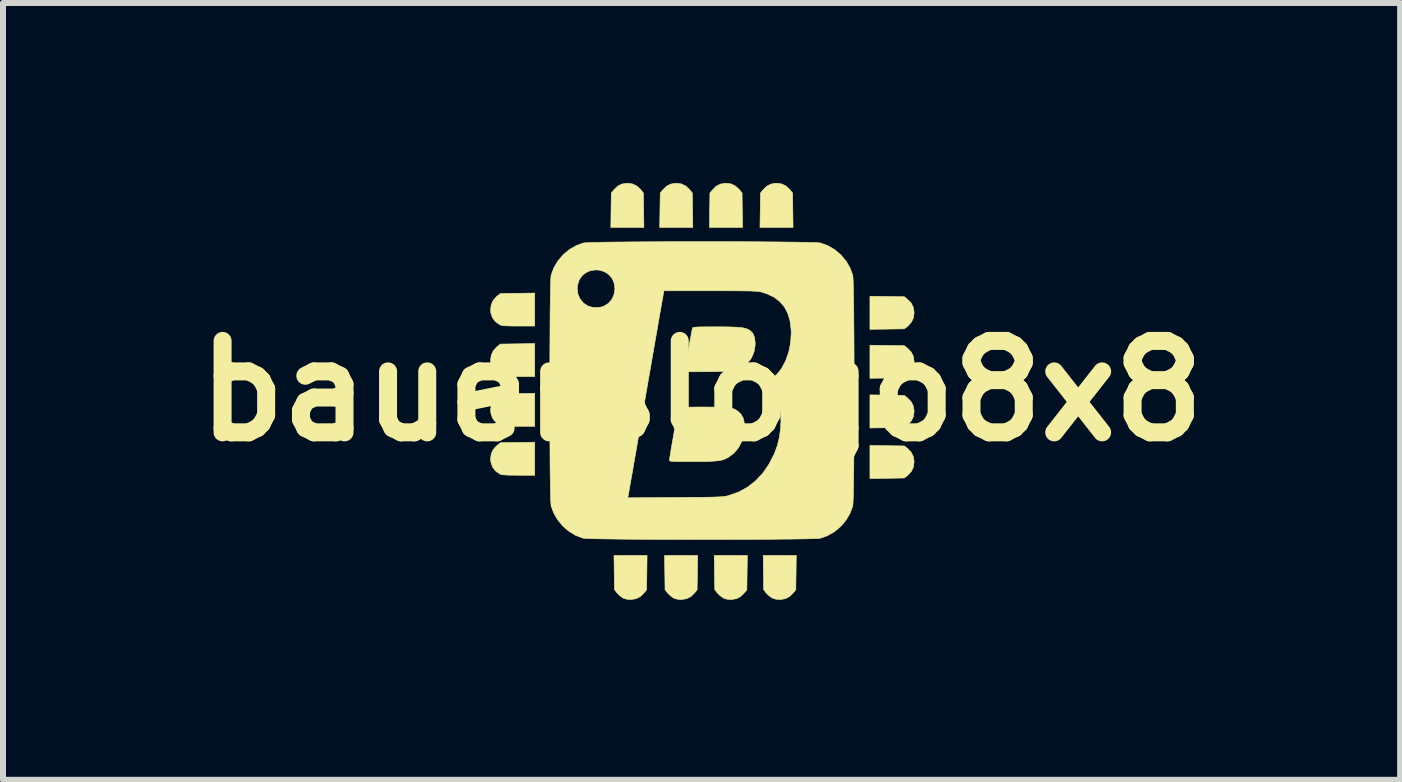
<source format=kicad_pcb>
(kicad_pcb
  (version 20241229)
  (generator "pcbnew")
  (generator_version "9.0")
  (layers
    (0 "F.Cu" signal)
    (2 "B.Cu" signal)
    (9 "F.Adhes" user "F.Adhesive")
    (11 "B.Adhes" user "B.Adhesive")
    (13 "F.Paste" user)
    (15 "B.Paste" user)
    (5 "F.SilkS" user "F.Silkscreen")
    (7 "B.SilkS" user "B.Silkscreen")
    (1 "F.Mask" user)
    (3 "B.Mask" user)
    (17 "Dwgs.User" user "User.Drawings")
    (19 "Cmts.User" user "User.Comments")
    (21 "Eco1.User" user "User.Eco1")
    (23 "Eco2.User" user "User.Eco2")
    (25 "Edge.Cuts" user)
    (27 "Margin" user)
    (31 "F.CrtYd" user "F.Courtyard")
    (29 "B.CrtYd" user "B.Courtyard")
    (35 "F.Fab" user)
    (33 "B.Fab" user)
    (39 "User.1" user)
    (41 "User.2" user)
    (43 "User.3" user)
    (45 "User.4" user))
  (footprint "bauerslogo8x8"
    (layer "F.Cu")
    (at 8.643 3.467)
    (property "Reference" "bauerslogo8x8" (at 0 0 0) (layer "F.SilkS") (effects (font (size 1.524 1.524) (thickness 0.3))))
    (attr through_hole)
    (fp_poly (pts (xy -1.154 -3.452) (xy -1.083 -3.419) (xy -1.02 -3.363) (xy -1.011 -3.351) (xy -0.969 -3.3) (xy -0.965 -3.013) (xy -0.961 -2.727) (xy -1.512 -2.727) (xy -1.508 -3.013) (xy -1.504 -3.3) (xy -1.463 -3.351) (xy -1.401 -3.412) (xy -1.332 -3.448) (xy -1.251 -3.462) (xy -1.237 -3.462) (xy -1.154 -3.452)) (stroke (width 0.01) (type solid)) (fill yes) (layer "F.SilkS"))
    (fp_poly (pts (xy -0.338 -3.452) (xy -0.267 -3.419) (xy -0.205 -3.363) (xy -0.195 -3.351) (xy -0.154 -3.3) (xy -0.15 -3.013) (xy -0.146 -2.727) (xy -0.697 -2.727) (xy -0.693 -3.013) (xy -0.688 -3.3) (xy -0.647 -3.351) (xy -0.585 -3.412) (xy -0.516 -3.448) (xy -0.436 -3.462) (xy -0.421 -3.462) (xy -0.338 -3.452)) (stroke (width 0.01) (type solid)) (fill yes) (layer "F.SilkS"))
    (fp_poly (pts (xy 0.491 -3.452) (xy 0.561 -3.419) (xy 0.624 -3.363) (xy 0.634 -3.351) (xy 0.675 -3.3) (xy 0.679 -3.013) (xy 0.683 -2.727) (xy 0.132 -2.727) (xy 0.136 -3.013) (xy 0.14 -3.3) (xy 0.182 -3.351) (xy 0.243 -3.412) (xy 0.313 -3.448) (xy 0.393 -3.462) (xy 0.408 -3.462) (xy 0.491 -3.452)) (stroke (width 0.01) (type solid)) (fill yes) (layer "F.SilkS"))
    (fp_poly (pts (xy 1.333 -3.452) (xy 1.404 -3.419) (xy 1.466 -3.363) (xy 1.476 -3.351) (xy 1.517 -3.3) (xy 1.521 -3.013) (xy 1.525 -2.727) (xy 0.974 -2.727) (xy 0.979 -3.013) (xy 0.983 -3.3) (xy 1.024 -3.351) (xy 1.086 -3.412) (xy 1.155 -3.448) (xy 1.235 -3.462) (xy 1.25 -3.462) (xy 1.333 -3.452)) (stroke (width 0.01) (type solid)) (fill yes) (layer "F.SilkS"))
    (fp_poly (pts (xy 3.094 -1.575) (xy 3.38 -1.571) (xy 3.431 -1.529) (xy 3.492 -1.468) (xy 3.528 -1.399) (xy 3.542 -1.318) (xy 3.542 -1.303) (xy 3.532 -1.22) (xy 3.499 -1.15) (xy 3.443 -1.087) (xy 3.431 -1.077) (xy 3.38 -1.036) (xy 3.094 -1.032) (xy 2.807 -1.028) (xy 2.807 -1.579) (xy 3.094 -1.575)) (stroke (width 0.01) (type solid)) (fill yes) (layer "F.SilkS"))
    (fp_poly (pts (xy 3.094 -0.759) (xy 3.38 -0.755) (xy 3.431 -0.714) (xy 3.492 -0.652) (xy 3.528 -0.583) (xy 3.542 -0.502) (xy 3.542 -0.488) (xy 3.532 -0.405) (xy 3.499 -0.334) (xy 3.443 -0.272) (xy 3.431 -0.262) (xy 3.38 -0.221) (xy 3.094 -0.216) (xy 2.807 -0.212) (xy 2.807 -0.763) (xy 3.094 -0.759)) (stroke (width 0.01) (type solid)) (fill yes) (layer "F.SilkS"))
    (fp_poly (pts (xy 3.094 0.069) (xy 3.38 0.074) (xy 3.431 0.115) (xy 3.492 0.177) (xy 3.528 0.246) (xy 3.542 0.326) (xy 3.542 0.341) (xy 3.532 0.424) (xy 3.499 0.495) (xy 3.443 0.557) (xy 3.431 0.567) (xy 3.38 0.608) (xy 3.094 0.612) (xy 2.807 0.616) (xy 2.807 0.065) (xy 3.094 0.069)) (stroke (width 0.01) (type solid)) (fill yes) (layer "F.SilkS"))
    (fp_poly (pts (xy 3.094 0.912) (xy 3.38 0.916) (xy 3.431 0.957) (xy 3.492 1.019) (xy 3.528 1.088) (xy 3.542 1.169) (xy 3.542 1.183) (xy 3.532 1.266) (xy 3.499 1.337) (xy 3.443 1.399) (xy 3.431 1.409) (xy 3.38 1.45) (xy 3.094 1.455) (xy 2.807 1.459) (xy 2.807 0.908) (xy 3.094 0.912)) (stroke (width 0.01) (type solid)) (fill yes) (layer "F.SilkS"))
    (fp_poly (pts (xy -0.912 3.027) (xy -0.916 3.313) (xy -0.957 3.364) (xy -1.019 3.425) (xy -1.088 3.461) (xy -1.169 3.475) (xy -1.183 3.475) (xy -1.248 3.47) (xy -1.3 3.454) (xy -1.316 3.445) (xy -1.357 3.415) (xy -1.398 3.377) (xy -1.409 3.364) (xy -1.45 3.313) (xy -1.455 3.027) (xy -1.459 2.741) (xy -0.908 2.741) (xy -0.912 3.027)) (stroke (width 0.01) (type solid)) (fill yes) (layer "F.SilkS"))
    (fp_poly (pts (xy -0.069 3.027) (xy -0.074 3.313) (xy -0.115 3.364) (xy -0.177 3.425) (xy -0.246 3.461) (xy -0.326 3.475) (xy -0.341 3.475) (xy -0.406 3.47) (xy -0.457 3.454) (xy -0.473 3.445) (xy -0.515 3.415) (xy -0.556 3.377) (xy -0.567 3.364) (xy -0.608 3.313) (xy -0.612 3.027) (xy -0.616 2.741) (xy -0.065 2.741) (xy -0.069 3.027)) (stroke (width 0.01) (type solid)) (fill yes) (layer "F.SilkS"))
    (fp_poly (pts (xy 0.759 3.027) (xy 0.755 3.313) (xy 0.714 3.364) (xy 0.652 3.425) (xy 0.583 3.461) (xy 0.502 3.475) (xy 0.488 3.475) (xy 0.423 3.47) (xy 0.371 3.454) (xy 0.356 3.445) (xy 0.314 3.415) (xy 0.273 3.377) (xy 0.262 3.364) (xy 0.221 3.313) (xy 0.216 3.027) (xy 0.212 2.741) (xy 0.763 2.741) (xy 0.759 3.027)) (stroke (width 0.01) (type solid)) (fill yes) (layer "F.SilkS"))
    (fp_poly (pts (xy 1.575 3.027) (xy 1.571 3.313) (xy 1.529 3.364) (xy 1.468 3.425) (xy 1.399 3.461) (xy 1.318 3.475) (xy 1.303 3.475) (xy 1.239 3.47) (xy 1.187 3.454) (xy 1.171 3.445) (xy 1.129 3.415) (xy 1.088 3.377) (xy 1.077 3.364) (xy 1.036 3.313) (xy 1.032 3.027) (xy 1.028 2.741) (xy 1.579 2.741) (xy 1.575 3.027)) (stroke (width 0.01) (type solid)) (fill yes) (layer "F.SilkS"))
    (fp_poly (pts (xy -2.781 -1.083) (xy -3.051 -1.083) (xy -3.148 -1.083) (xy -3.222 -1.085) (xy -3.277 -1.087) (xy -3.316 -1.091) (xy -3.343 -1.097) (xy -3.362 -1.104) (xy -3.434 -1.155) (xy -3.484 -1.22) (xy -3.511 -1.299) (xy -3.516 -1.36) (xy -3.504 -1.442) (xy -3.47 -1.514) (xy -3.412 -1.577) (xy -3.404 -1.583) (xy -3.353 -1.624) (xy -2.781 -1.632) (xy -2.781 -1.083)) (stroke (width 0.01) (type solid)) (fill yes) (layer "F.SilkS"))
    (fp_poly (pts (xy -2.781 -0.241) (xy -3.051 -0.241) (xy -3.148 -0.241) (xy -3.222 -0.242) (xy -3.277 -0.245) (xy -3.316 -0.249) (xy -3.343 -0.254) (xy -3.362 -0.262) (xy -3.434 -0.312) (xy -3.484 -0.378) (xy -3.511 -0.457) (xy -3.516 -0.517) (xy -3.504 -0.6) (xy -3.47 -0.672) (xy -3.412 -0.735) (xy -3.404 -0.741) (xy -3.353 -0.782) (xy -2.781 -0.79) (xy -2.781 -0.241)) (stroke (width 0.01) (type solid)) (fill yes) (layer "F.SilkS"))
    (fp_poly (pts (xy -2.781 1.404) (xy -3.051 1.404) (xy -3.148 1.403) (xy -3.222 1.402) (xy -3.277 1.399) (xy -3.316 1.396) (xy -3.343 1.39) (xy -3.362 1.383) (xy -3.434 1.332) (xy -3.484 1.266) (xy -3.511 1.187) (xy -3.516 1.127) (xy -3.504 1.044) (xy -3.47 0.973) (xy -3.412 0.91) (xy -3.404 0.904) (xy -3.353 0.862) (xy -2.781 0.854) (xy -2.781 1.404)) (stroke (width 0.01) (type solid)) (fill yes) (layer "F.SilkS"))
    (fp_poly (pts (xy -2.781 0.588) (xy -3.051 0.588) (xy -3.148 0.588) (xy -3.222 0.586) (xy -3.277 0.584) (xy -3.316 0.58) (xy -3.343 0.575) (xy -3.362 0.567) (xy -3.434 0.516) (xy -3.484 0.451) (xy -3.511 0.372) (xy -3.516 0.311) (xy -3.504 0.229) (xy -3.47 0.157) (xy -3.412 0.094) (xy -3.404 0.088) (xy -3.353 0.047) (xy -3.067 0.043) (xy -2.781 0.039) (xy -2.781 0.588)) (stroke (width 0.01) (type solid)) (fill yes) (layer "F.SilkS"))
    (fp_poly (pts (xy 0.238 -1.069) (xy 0.37 -1.069) (xy 0.478 -1.067) (xy 0.566 -1.064) (xy 0.636 -1.059) (xy 0.691 -1.052) (xy 0.735 -1.042) (xy 0.77 -1.029) (xy 0.799 -1.013) (xy 0.813 -1.005) (xy 0.857 -0.957) (xy 0.884 -0.889) (xy 0.894 -0.803) (xy 0.893 -0.759) (xy 0.874 -0.648) (xy 0.832 -0.551) (xy 0.77 -0.469) (xy 0.689 -0.404) (xy 0.59 -0.359) (xy 0.488 -0.335) (xy 0.454 -0.332) (xy 0.401 -0.329) (xy 0.333 -0.326) (xy 0.254 -0.324) (xy 0.169 -0.323) (xy 0.081 -0.322) (xy -0.006 -0.321) (xy -0.088 -0.321) (xy -0.16 -0.321) (xy -0.219 -0.323) (xy -0.26 -0.324) (xy -0.28 -0.327) (xy -0.281 -0.328) (xy -0.278 -0.344) (xy -0.272 -0.382) (xy -0.262 -0.438) (xy -0.25 -0.507) (xy -0.236 -0.586) (xy -0.221 -0.67) (xy -0.206 -0.754) (xy -0.192 -0.836) (xy -0.178 -0.909) (xy -0.167 -0.971) (xy -0.158 -1.017) (xy -0.153 -1.043) (xy -0.152 -1.046) (xy -0.148 -1.053) (xy -0.14 -1.058) (xy -0.123 -1.062) (xy -0.096 -1.065) (xy -0.056 -1.067) (xy 0.001 -1.068) (xy 0.078 -1.069) (xy 0.177 -1.069) (xy 0.238 -1.069)) (stroke (width 0.01) (type solid)) (fill yes) (layer "F.SilkS"))
    (fp_poly (pts (xy 0.154 0.268) (xy 0.259 0.269) (xy 0.344 0.271) (xy 0.412 0.275) (xy 0.465 0.281) (xy 0.507 0.289) (xy 0.541 0.3) (xy 0.57 0.314) (xy 0.596 0.331) (xy 0.609 0.341) (xy 0.659 0.389) (xy 0.692 0.447) (xy 0.71 0.519) (xy 0.715 0.602) (xy 0.703 0.728) (xy 0.669 0.843) (xy 0.615 0.946) (xy 0.542 1.033) (xy 0.453 1.102) (xy 0.421 1.119) (xy 0.386 1.135) (xy 0.349 1.148) (xy 0.307 1.158) (xy 0.255 1.165) (xy 0.191 1.17) (xy 0.111 1.174) (xy 0.013 1.176) (xy -0.108 1.176) (xy -0.154 1.176) (xy -0.265 1.176) (xy -0.352 1.176) (xy -0.419 1.175) (xy -0.467 1.173) (xy -0.499 1.171) (xy -0.519 1.168) (xy -0.53 1.163) (xy -0.534 1.157) (xy -0.535 1.153) (xy -0.532 1.135) (xy -0.526 1.093) (xy -0.516 1.032) (xy -0.504 0.954) (xy -0.488 0.864) (xy -0.471 0.764) (xy -0.461 0.706) (xy -0.443 0.603) (xy -0.427 0.508) (xy -0.413 0.425) (xy -0.401 0.358) (xy -0.393 0.308) (xy -0.388 0.28) (xy -0.388 0.275) (xy -0.375 0.273) (xy -0.339 0.271) (xy -0.282 0.27) (xy -0.208 0.269) (xy -0.121 0.268) (xy -0.022 0.267) (xy 0.025 0.267) (xy 0.154 0.268)) (stroke (width 0.01) (type solid)) (fill yes) (layer "F.SilkS"))
    (fp_poly (pts (xy 0.163 -2.489) (xy 0.364 -2.489) (xy 0.561 -2.488) (xy 0.754 -2.488) (xy 0.939 -2.487) (xy 1.115 -2.485) (xy 1.28 -2.484) (xy 1.432 -2.482) (xy 1.57 -2.481) (xy 1.692 -2.478) (xy 1.794 -2.476) (xy 1.877 -2.474) (xy 1.938 -2.471) (xy 1.974 -2.468) (xy 1.982 -2.467) (xy 2.108 -2.421) (xy 2.224 -2.352) (xy 2.326 -2.264) (xy 2.413 -2.16) (xy 2.479 -2.043) (xy 2.52 -1.929) (xy 2.523 -1.904) (xy 2.526 -1.853) (xy 2.529 -1.78) (xy 2.531 -1.686) (xy 2.533 -1.573) (xy 2.535 -1.443) (xy 2.537 -1.297) (xy 2.538 -1.138) (xy 2.54 -0.967) (xy 2.541 -0.787) (xy 2.542 -0.599) (xy 2.542 -0.406) (xy 2.542 -0.208) (xy 2.543 -0.009) (xy 2.542 0.19) (xy 2.542 0.388) (xy 2.542 0.581) (xy 2.541 0.769) (xy 2.54 0.95) (xy 2.538 1.12) (xy 2.537 1.28) (xy 2.535 1.426) (xy 2.533 1.557) (xy 2.531 1.67) (xy 2.529 1.765) (xy 2.526 1.839) (xy 2.523 1.889) (xy 2.52 1.915) (xy 2.52 1.916) (xy 2.474 2.041) (xy 2.405 2.157) (xy 2.317 2.26) (xy 2.213 2.346) (xy 2.096 2.413) (xy 1.982 2.453) (xy 1.958 2.456) (xy 1.908 2.459) (xy 1.836 2.461) (xy 1.742 2.464) (xy 1.629 2.466) (xy 1.499 2.468) (xy 1.353 2.469) (xy 1.194 2.471) (xy 1.023 2.472) (xy 0.842 2.473) (xy 0.653 2.474) (xy 0.458 2.474) (xy 0.259 2.475) (xy 0.057 2.475) (xy -0.145 2.475) (xy -0.345 2.474) (xy -0.543 2.474) (xy -0.735 2.473) (xy -0.921 2.472) (xy -1.097 2.471) (xy -1.263 2.47) (xy -1.416 2.468) (xy -1.554 2.466) (xy -1.677 2.464) (xy -1.781 2.462) (xy -1.865 2.46) (xy -1.927 2.457) (xy -1.965 2.454) (xy -1.975 2.453) (xy -2.099 2.406) (xy -2.213 2.336) (xy -2.315 2.248) (xy -2.401 2.143) (xy -2.467 2.027) (xy -2.507 1.916) (xy -2.51 1.89) (xy -2.513 1.84) (xy -2.515 1.78) (xy -1.231 1.78) (xy -0.438 1.775) (xy -0.273 1.774) (xy -0.131 1.773) (xy -0.012 1.772) (xy 0.087 1.771) (xy 0.169 1.769) (xy 0.235 1.767) (xy 0.289 1.765) (xy 0.331 1.763) (xy 0.365 1.76) (xy 0.393 1.756) (xy 0.418 1.751) (xy 0.44 1.746) (xy 0.461 1.74) (xy 0.622 1.683) (xy 0.768 1.602) (xy 0.9 1.499) (xy 1.018 1.374) (xy 1.12 1.227) (xy 1.208 1.058) (xy 1.215 1.043) (xy 1.262 0.915) (xy 1.296 0.779) (xy 1.316 0.64) (xy 1.324 0.503) (xy 1.317 0.374) (xy 1.296 0.258) (xy 1.27 0.18) (xy 1.24 0.127) (xy 1.195 0.069) (xy 1.142 0.014) (xy 1.09 -0.031) (xy 1.074 -0.041) (xy 1.041 -0.065) (xy 1.032 -0.083) (xy 1.047 -0.101) (xy 1.069 -0.113) (xy 1.112 -0.142) (xy 1.165 -0.187) (xy 1.22 -0.241) (xy 1.274 -0.299) (xy 1.319 -0.355) (xy 1.335 -0.378) (xy 1.404 -0.507) (xy 1.454 -0.652) (xy 1.485 -0.807) (xy 1.495 -0.968) (xy 1.493 -1.024) (xy 1.475 -1.168) (xy 1.438 -1.294) (xy 1.382 -1.401) (xy 1.305 -1.491) (xy 1.209 -1.564) (xy 1.091 -1.62) (xy 0.996 -1.65) (xy 0.976 -1.655) (xy 0.95 -1.659) (xy 0.916 -1.662) (xy 0.873 -1.664) (xy 0.817 -1.667) (xy 0.748 -1.668) (xy 0.662 -1.669) (xy 0.558 -1.67) (xy 0.433 -1.671) (xy 0.286 -1.671) (xy 0.145 -1.671) (xy -0.626 -1.671) (xy -0.634 -1.634) (xy -0.637 -1.617) (xy -0.644 -1.574) (xy -0.656 -1.509) (xy -0.671 -1.422) (xy -0.69 -1.315) (xy -0.712 -1.19) (xy -0.736 -1.049) (xy -0.764 -0.892) (xy -0.793 -0.722) (xy -0.825 -0.54) (xy -0.858 -0.348) (xy -0.893 -0.148) (xy -0.929 0.06) (xy -0.929 0.06) (xy -0.965 0.267) (xy -1 0.468) (xy -1.033 0.66) (xy -1.065 0.841) (xy -1.094 1.011) (xy -1.122 1.167) (xy -1.146 1.308) (xy -1.168 1.433) (xy -1.187 1.539) (xy -1.202 1.625) (xy -1.213 1.69) (xy -1.221 1.732) (xy -1.224 1.749) (xy -1.224 1.749) (xy -1.231 1.78) (xy -2.515 1.78) (xy -2.515 1.767) (xy -2.518 1.673) (xy -2.52 1.56) (xy -2.522 1.429) (xy -2.524 1.283) (xy -2.525 1.124) (xy -2.526 0.954) (xy -2.527 0.774) (xy -2.528 0.586) (xy -2.529 0.392) (xy -2.529 0.195) (xy -2.529 -0.004) (xy -2.529 -0.204) (xy -2.529 -0.401) (xy -2.528 -0.595) (xy -2.527 -0.783) (xy -2.526 -0.963) (xy -2.525 -1.134) (xy -2.524 -1.293) (xy -2.522 -1.439) (xy -2.52 -1.57) (xy -2.518 -1.684) (xy -2.517 -1.707) (xy -2.072 -1.707) (xy -2.06 -1.615) (xy -2.025 -1.534) (xy -1.97 -1.467) (xy -1.895 -1.417) (xy -1.892 -1.416) (xy -1.829 -1.397) (xy -1.755 -1.391) (xy -1.683 -1.397) (xy -1.634 -1.411) (xy -1.558 -1.456) (xy -1.499 -1.52) (xy -1.461 -1.599) (xy -1.445 -1.688) (xy -1.444 -1.704) (xy -1.456 -1.797) (xy -1.49 -1.876) (xy -1.544 -1.941) (xy -1.615 -1.988) (xy -1.699 -2.014) (xy -1.758 -2.019) (xy -1.85 -2.007) (xy -1.929 -1.972) (xy -1.994 -1.919) (xy -2.041 -1.849) (xy -2.067 -1.764) (xy -2.072 -1.707) (xy -2.517 -1.707) (xy -2.515 -1.778) (xy -2.513 -1.852) (xy -2.51 -1.903) (xy -2.507 -1.929) (xy -2.507 -1.929) (xy -2.461 -2.055) (xy -2.392 -2.17) (xy -2.304 -2.273) (xy -2.2 -2.359) (xy -2.083 -2.426) (xy -1.969 -2.467) (xy -1.944 -2.47) (xy -1.894 -2.472) (xy -1.821 -2.475) (xy -1.727 -2.477) (xy -1.613 -2.48) (xy -1.483 -2.482) (xy -1.337 -2.483) (xy -1.177 -2.485) (xy -1.005 -2.486) (xy -0.824 -2.487) (xy -0.635 -2.488) (xy -0.44 -2.489) (xy -0.24 -2.489) (xy -0.039 -2.489) (xy 0.163 -2.489)) (stroke (width 0.01) (type solid)) (fill yes) (layer "F.SilkS")))
  (gr_rect
    (start -3 -3)
    (end 20.287 9.947)
    (stroke (width 0.1) (type default))
    (fill no)
    (layer "Edge.Cuts")))
</source>
